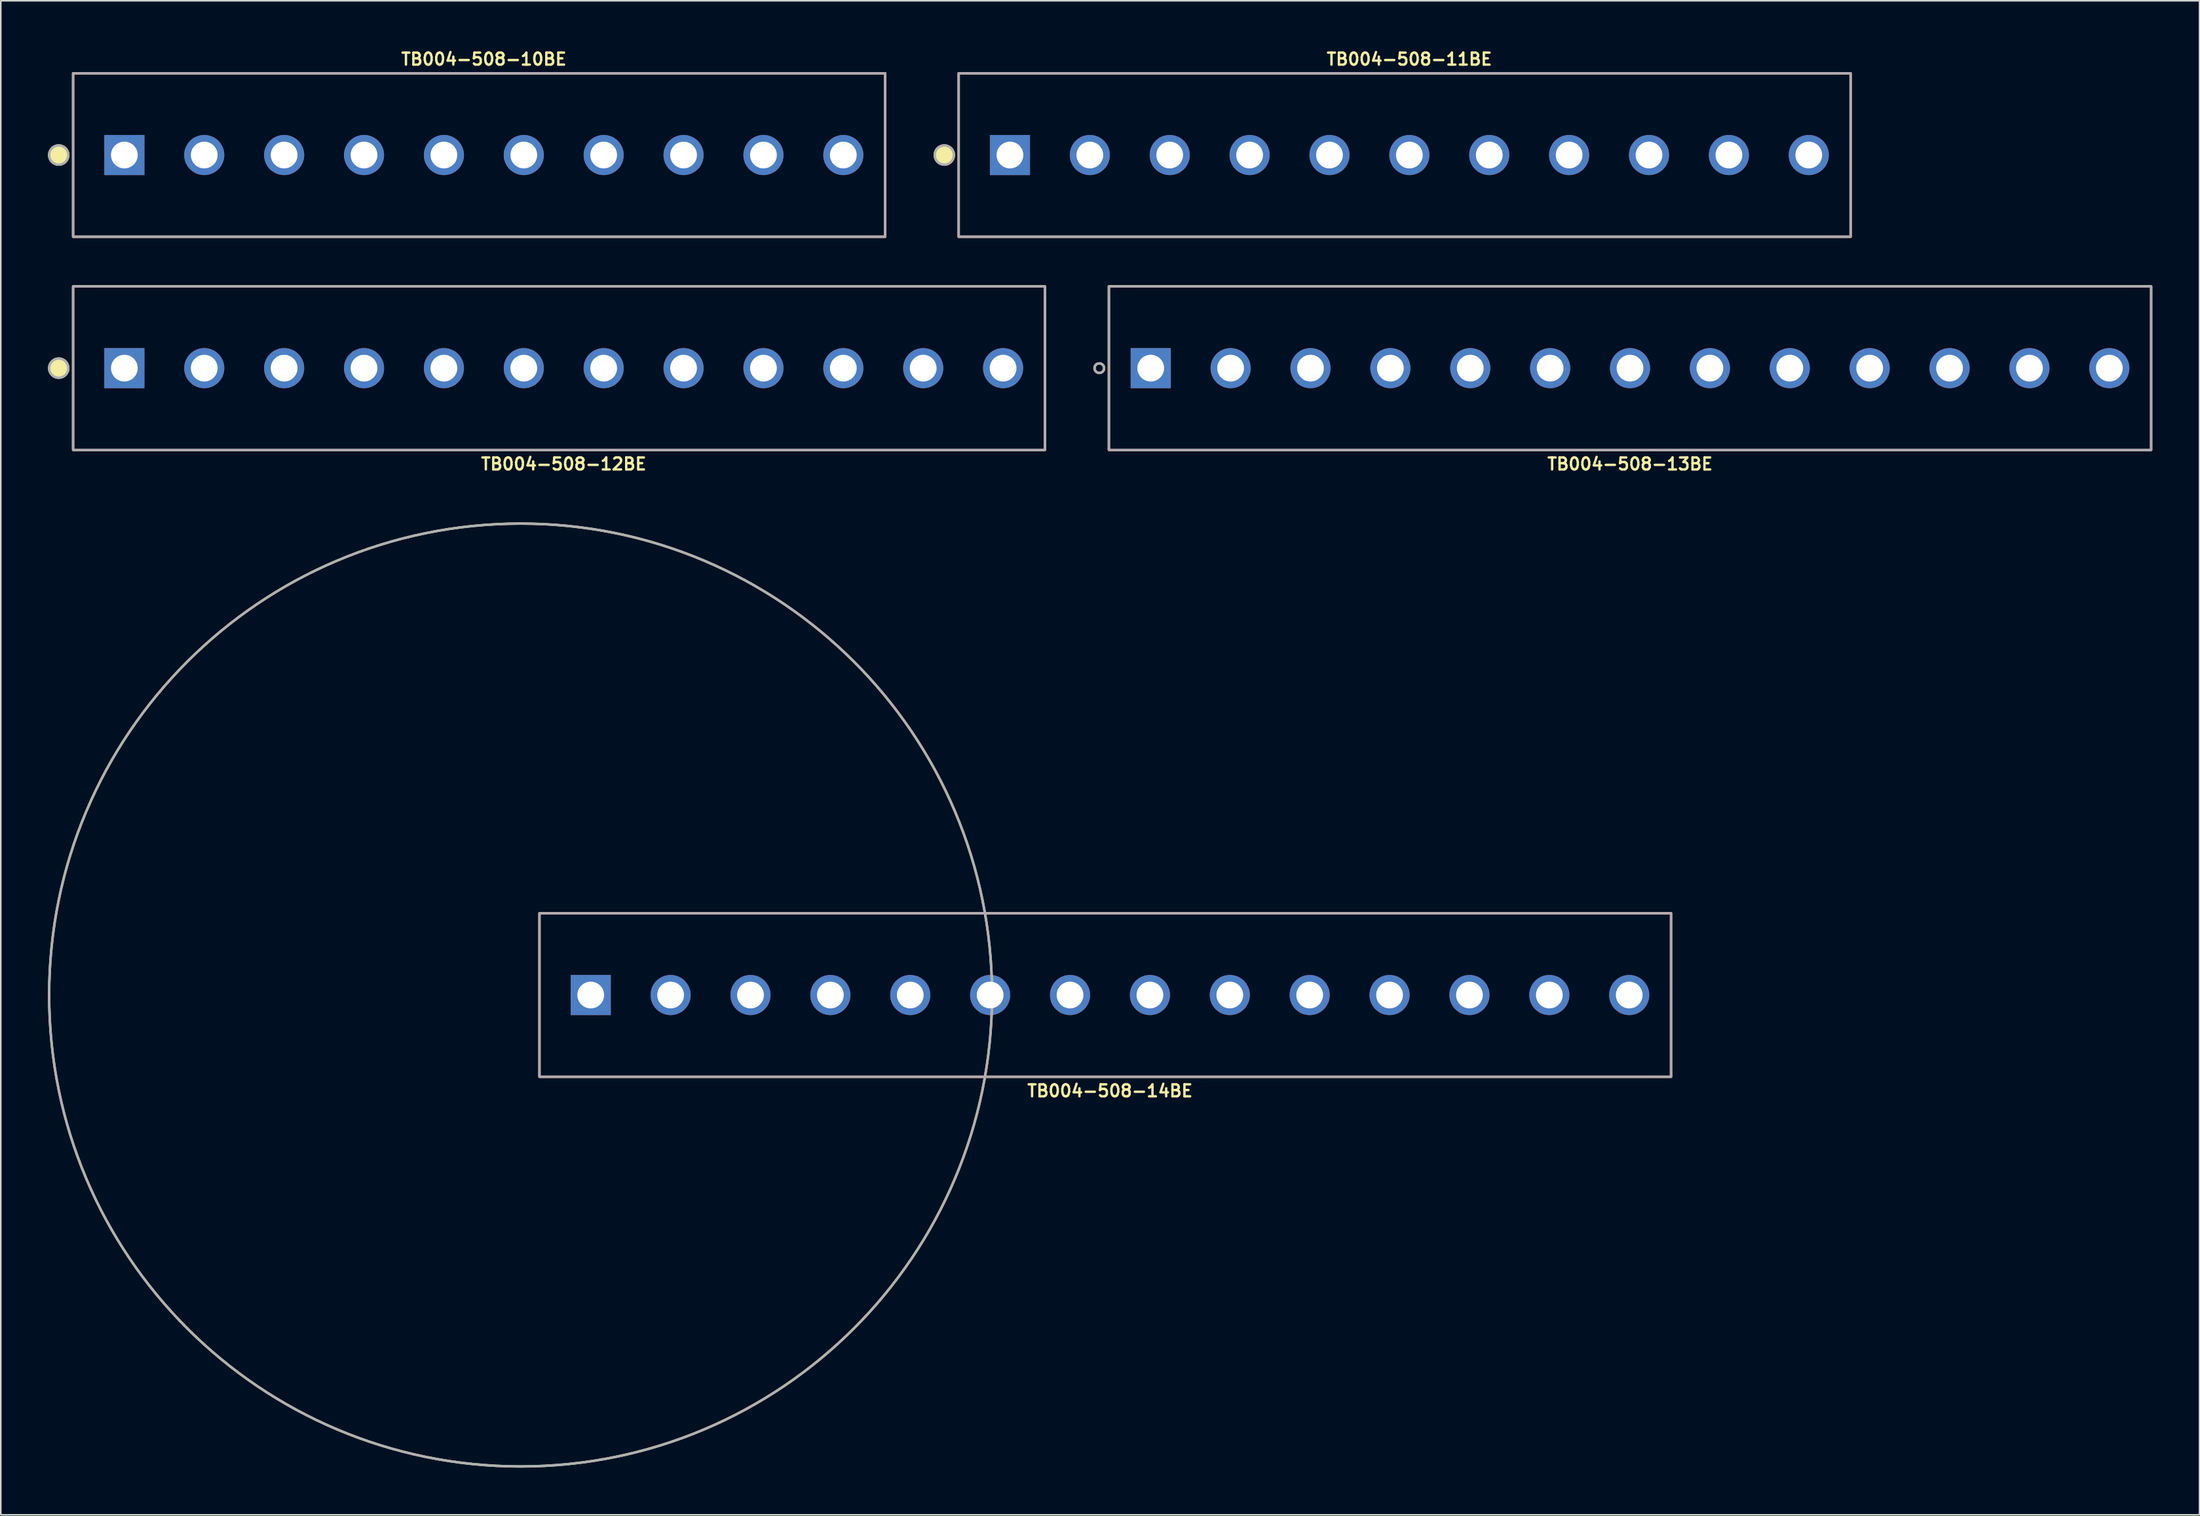
<source format=kicad_pcb>
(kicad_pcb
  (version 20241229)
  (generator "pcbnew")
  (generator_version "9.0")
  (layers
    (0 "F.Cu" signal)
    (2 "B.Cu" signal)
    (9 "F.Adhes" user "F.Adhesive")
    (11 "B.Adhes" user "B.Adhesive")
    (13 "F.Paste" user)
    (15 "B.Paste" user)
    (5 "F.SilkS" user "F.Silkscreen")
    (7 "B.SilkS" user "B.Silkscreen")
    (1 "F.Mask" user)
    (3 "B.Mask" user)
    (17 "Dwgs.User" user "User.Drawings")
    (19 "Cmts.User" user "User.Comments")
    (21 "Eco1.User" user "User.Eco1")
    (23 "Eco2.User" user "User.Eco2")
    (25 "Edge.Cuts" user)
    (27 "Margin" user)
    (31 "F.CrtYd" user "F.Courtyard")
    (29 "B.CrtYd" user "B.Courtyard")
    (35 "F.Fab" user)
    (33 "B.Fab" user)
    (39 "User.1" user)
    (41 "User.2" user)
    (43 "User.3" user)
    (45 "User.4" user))
  (footprint "TB004-508-14BE"
    (layer "F.Cu")
    (at 67.536 60.227)
    (property "Reference" "TB004-508-14BE" (at 0 6.096 0) (layer "F.SilkS") (effects (font (size 0.762 0.762) (thickness 0.152))))
    (attr through_hole)
    (fp_rect (start -36.28 -5.2) (end 35.68 5.2) (stroke (width 0.152) (type default)) (fill no) (layer "F.SilkS"))
    (fp_circle (center -37.48 0) (end -7.5 0) (stroke (width 0.152) (type solid)) (fill no) (layer "F.SilkS"))
    (fp_rect (start -36.28 -5.2) (end 35.68 5.2) (stroke (width 0.006) (type default)) (fill no) (layer "F.CrtYd"))
    (fp_rect (start -36.28 -5.2) (end 35.68 5.2) (stroke (width 0.152) (type default)) (fill no) (layer "F.Fab"))
    (fp_circle (center -37.48 0) (end -7.5 0) (stroke (width 0.152) (type solid)) (fill no) (layer "F.Fab"))
    (pad "1" thru_hole rect (at -33.02 0) (size 2.55 2.55) (drill 1.7) (layers "*.Cu" "*.Mask"))
    (pad "2" thru_hole circle (at -27.94 0) (size 2.55 2.55) (drill 1.7) (layers "*.Cu" "*.Mask"))
    (pad "3" thru_hole circle (at -22.86 0) (size 2.55 2.55) (drill 1.7) (layers "*.Cu" "*.Mask"))
    (pad "4" thru_hole circle (at -17.78 0) (size 2.55 2.55) (drill 1.7) (layers "*.Cu" "*.Mask"))
    (pad "5" thru_hole circle (at -12.7 0) (size 2.55 2.55) (drill 1.7) (layers "*.Cu" "*.Mask"))
    (pad "6" thru_hole circle (at -7.62 0) (size 2.55 2.55) (drill 1.7) (layers "*.Cu" "*.Mask"))
    (pad "7" thru_hole circle (at -2.54 0) (size 2.55 2.55) (drill 1.7) (layers "*.Cu" "*.Mask"))
    (pad "8" thru_hole circle (at 2.54 0) (size 2.55 2.55) (drill 1.7) (layers "*.Cu" "*.Mask"))
    (pad "9" thru_hole circle (at 7.62 0) (size 2.55 2.55) (drill 1.7) (layers "*.Cu" "*.Mask"))
    (pad "10" thru_hole circle (at 12.7 0) (size 2.55 2.55) (drill 1.7) (layers "*.Cu" "*.Mask"))
    (pad "11" thru_hole circle (at 17.78 0) (size 2.55 2.55) (drill 1.7) (layers "*.Cu" "*.Mask"))
    (pad "12" thru_hole circle (at 22.86 0) (size 2.55 2.55) (drill 1.7) (layers "*.Cu" "*.Mask"))
    (pad "13" thru_hole circle (at 27.94 0) (size 2.55 2.55) (drill 1.7) (layers "*.Cu" "*.Mask"))
    (pad "14" thru_hole circle (at 33.02 0) (size 2.55 2.55) (drill 1.7) (layers "*.Cu" "*.Mask")))
  (footprint "TB004-508-11BE"
    (layer "F.Cu")
    (at 86.575 6.809)
    (property "Reference" "TB004-508-11BE" (at 0 -6.096 0) (layer "F.SilkS") (effects (font (size 0.762 0.762) (thickness 0.152))))
    (attr through_hole)
    (fp_rect (start -28.66 -5.2) (end 28.06 5.2) (stroke (width 0.152) (type default)) (fill no) (layer "F.SilkS"))
    (fp_circle (center -29.574 0) (end -28.965 0) (stroke (width 0.152) (type solid)) (fill yes) (layer "F.SilkS"))
    (fp_rect (start -28.66 -5.2) (end 28.06 5.2) (stroke (width 0.006) (type default)) (fill no) (layer "F.CrtYd"))
    (fp_rect (start -28.66 -5.2) (end 28.06 5.2) (stroke (width 0.152) (type default)) (fill no) (layer "F.Fab"))
    (fp_circle (center -29.574 0) (end -28.965 0) (stroke (width 0.152) (type solid)) (fill no) (layer "F.Fab"))
    (pad "1" thru_hole rect (at -25.4 0) (size 2.55 2.55) (drill 1.7) (layers "*.Cu" "*.Mask"))
    (pad "2" thru_hole circle (at -20.32 0) (size 2.55 2.55) (drill 1.7) (layers "*.Cu" "*.Mask"))
    (pad "3" thru_hole circle (at -15.24 0) (size 2.55 2.55) (drill 1.7) (layers "*.Cu" "*.Mask"))
    (pad "4" thru_hole circle (at -10.16 0) (size 2.55 2.55) (drill 1.7) (layers "*.Cu" "*.Mask"))
    (pad "5" thru_hole circle (at -5.08 0) (size 2.55 2.55) (drill 1.7) (layers "*.Cu" "*.Mask"))
    (pad "6" thru_hole circle (at 0 0) (size 2.55 2.55) (drill 1.7) (layers "*.Cu" "*.Mask"))
    (pad "7" thru_hole circle (at 5.08 0) (size 2.55 2.55) (drill 1.7) (layers "*.Cu" "*.Mask"))
    (pad "8" thru_hole circle (at 10.16 0) (size 2.55 2.55) (drill 1.7) (layers "*.Cu" "*.Mask"))
    (pad "9" thru_hole circle (at 15.24 0) (size 2.55 2.55) (drill 1.7) (layers "*.Cu" "*.Mask"))
    (pad "10" thru_hole circle (at 20.32 0) (size 2.55 2.55) (drill 1.7) (layers "*.Cu" "*.Mask"))
    (pad "11" thru_hole circle (at 25.4 0) (size 2.55 2.55) (drill 1.7) (layers "*.Cu" "*.Mask")))
  (footprint "TB004-508-10BE"
    (layer "F.Cu")
    (at 27.719 6.809)
    (property "Reference" "TB004-508-10BE" (at 0 -6.096 0) (layer "F.SilkS") (effects (font (size 0.762 0.762) (thickness 0.152))))
    (attr through_hole)
    (fp_rect (start -26.12 -5.2) (end 25.52 5.2) (stroke (width 0.152) (type default)) (fill no) (layer "F.SilkS"))
    (fp_circle (center -27.034 0) (end -26.425 0) (stroke (width 0.152) (type solid)) (fill yes) (layer "F.SilkS"))
    (fp_rect (start -26.12 -5.2) (end 25.52 5.2) (stroke (width 0.006) (type default)) (fill no) (layer "F.CrtYd"))
    (fp_rect (start -26.12 -5.2) (end 25.52 5.2) (stroke (width 0.152) (type default)) (fill no) (layer "F.Fab"))
    (fp_circle (center -27.034 0) (end -26.425 0) (stroke (width 0.152) (type solid)) (fill no) (layer "F.Fab"))
    (pad "1" thru_hole rect (at -22.86 0) (size 2.55 2.55) (drill 1.7) (layers "*.Cu" "*.Mask"))
    (pad "2" thru_hole circle (at -17.78 0) (size 2.55 2.55) (drill 1.7) (layers "*.Cu" "*.Mask"))
    (pad "3" thru_hole circle (at -12.7 0) (size 2.55 2.55) (drill 1.7) (layers "*.Cu" "*.Mask"))
    (pad "4" thru_hole circle (at -7.62 0) (size 2.55 2.55) (drill 1.7) (layers "*.Cu" "*.Mask"))
    (pad "5" thru_hole circle (at -2.54 0) (size 2.55 2.55) (drill 1.7) (layers "*.Cu" "*.Mask"))
    (pad "6" thru_hole circle (at 2.54 0) (size 2.55 2.55) (drill 1.7) (layers "*.Cu" "*.Mask"))
    (pad "7" thru_hole circle (at 7.62 0) (size 2.55 2.55) (drill 1.7) (layers "*.Cu" "*.Mask"))
    (pad "8" thru_hole circle (at 12.7 0) (size 2.55 2.55) (drill 1.7) (layers "*.Cu" "*.Mask"))
    (pad "9" thru_hole circle (at 17.78 0) (size 2.55 2.55) (drill 1.7) (layers "*.Cu" "*.Mask"))
    (pad "10" thru_hole circle (at 22.86 0) (size 2.55 2.55) (drill 1.7) (layers "*.Cu" "*.Mask")))
  (footprint "TB004-508-13BE"
    (layer "F.Cu")
    (at 100.607 20.362)
    (property "Reference" "TB004-508-13BE" (at 0 6.096 0) (layer "F.SilkS") (effects (font (size 0.762 0.762) (thickness 0.152))))
    (attr through_hole)
    (fp_rect (start -33.14 -5.2) (end 33.14 5.2) (stroke (width 0.152) (type default)) (fill no) (layer "F.SilkS"))
    (fp_circle (center -33.75 0) (end -33.445 0) (stroke (width 0.152) (type solid)) (fill no) (layer "F.SilkS"))
    (fp_rect (start -33.14 -5.2) (end 33.14 5.2) (stroke (width 0.006) (type default)) (fill no) (layer "F.CrtYd"))
    (fp_rect (start -33.14 -5.2) (end 33.14 5.2) (stroke (width 0.152) (type default)) (fill no) (layer "F.Fab"))
    (fp_circle (center -33.75 0) (end -33.445 0) (stroke (width 0.152) (type solid)) (fill no) (layer "F.Fab"))
    (pad "1" thru_hole rect (at -30.48 0) (size 2.55 2.55) (drill 1.7) (layers "*.Cu" "*.Mask"))
    (pad "2" thru_hole circle (at -25.4 0) (size 2.55 2.55) (drill 1.7) (layers "*.Cu" "*.Mask"))
    (pad "3" thru_hole circle (at -20.32 0) (size 2.55 2.55) (drill 1.7) (layers "*.Cu" "*.Mask"))
    (pad "4" thru_hole circle (at -15.24 0) (size 2.55 2.55) (drill 1.7) (layers "*.Cu" "*.Mask"))
    (pad "5" thru_hole circle (at -10.16 0) (size 2.55 2.55) (drill 1.7) (layers "*.Cu" "*.Mask"))
    (pad "6" thru_hole circle (at -5.08 0) (size 2.55 2.55) (drill 1.7) (layers "*.Cu" "*.Mask"))
    (pad "7" thru_hole circle (at 0 0) (size 2.55 2.55) (drill 1.7) (layers "*.Cu" "*.Mask"))
    (pad "8" thru_hole circle (at 5.08 0) (size 2.55 2.55) (drill 1.7) (layers "*.Cu" "*.Mask"))
    (pad "9" thru_hole circle (at 10.16 0) (size 2.55 2.55) (drill 1.7) (layers "*.Cu" "*.Mask"))
    (pad "10" thru_hole circle (at 15.24 0) (size 2.55 2.55) (drill 1.7) (layers "*.Cu" "*.Mask"))
    (pad "11" thru_hole circle (at 20.32 0) (size 2.55 2.55) (drill 1.7) (layers "*.Cu" "*.Mask"))
    (pad "12" thru_hole circle (at 25.4 0) (size 2.55 2.55) (drill 1.7) (layers "*.Cu" "*.Mask"))
    (pad "13" thru_hole circle (at 30.48 0) (size 2.55 2.55) (drill 1.7) (layers "*.Cu" "*.Mask")))
  (footprint "TB004-508-12BE"
    (layer "F.Cu")
    (at 32.799 20.362)
    (property "Reference" "TB004-508-12BE" (at 0 6.096 0) (layer "F.SilkS") (effects (font (size 0.762 0.762) (thickness 0.152))))
    (attr through_hole)
    (fp_rect (start -31.2 -5.2) (end 30.6 5.2) (stroke (width 0.152) (type default)) (fill no) (layer "F.SilkS"))
    (fp_circle (center -32.114 0) (end -31.505 0) (stroke (width 0.152) (type solid)) (fill yes) (layer "F.SilkS"))
    (fp_rect (start -31.2 -5.2) (end 30.6 5.2) (stroke (width 0.006) (type default)) (fill no) (layer "F.CrtYd"))
    (fp_rect (start -31.2 -5.2) (end 30.6 5.2) (stroke (width 0.152) (type default)) (fill no) (layer "F.Fab"))
    (fp_circle (center -32.114 0) (end -31.505 0) (stroke (width 0.152) (type solid)) (fill no) (layer "F.Fab"))
    (pad "1" thru_hole rect (at -27.94 0) (size 2.55 2.55) (drill 1.7) (layers "*.Cu" "*.Mask"))
    (pad "2" thru_hole circle (at -22.86 0) (size 2.55 2.55) (drill 1.7) (layers "*.Cu" "*.Mask"))
    (pad "3" thru_hole circle (at -17.78 0) (size 2.55 2.55) (drill 1.7) (layers "*.Cu" "*.Mask"))
    (pad "4" thru_hole circle (at -12.7 0) (size 2.55 2.55) (drill 1.7) (layers "*.Cu" "*.Mask"))
    (pad "5" thru_hole circle (at -7.62 0) (size 2.55 2.55) (drill 1.7) (layers "*.Cu" "*.Mask"))
    (pad "6" thru_hole circle (at -2.54 0) (size 2.55 2.55) (drill 1.7) (layers "*.Cu" "*.Mask"))
    (pad "7" thru_hole circle (at 2.54 0) (size 2.55 2.55) (drill 1.7) (layers "*.Cu" "*.Mask"))
    (pad "8" thru_hole circle (at 7.62 0) (size 2.55 2.55) (drill 1.7) (layers "*.Cu" "*.Mask"))
    (pad "9" thru_hole circle (at 12.7 0) (size 2.55 2.55) (drill 1.7) (layers "*.Cu" "*.Mask"))
    (pad "10" thru_hole circle (at 17.78 0) (size 2.55 2.55) (drill 1.7) (layers "*.Cu" "*.Mask"))
    (pad "11" thru_hole circle (at 22.86 0) (size 2.55 2.55) (drill 1.7) (layers "*.Cu" "*.Mask"))
    (pad "12" thru_hole circle (at 27.94 0) (size 2.55 2.55) (drill 1.7) (layers "*.Cu" "*.Mask")))
  (gr_rect
    (start -3 -3)
    (end 136.823 93.283)
    (stroke (width 0.1) (type default))
    (fill no)
    (layer "Edge.Cuts")))
</source>
